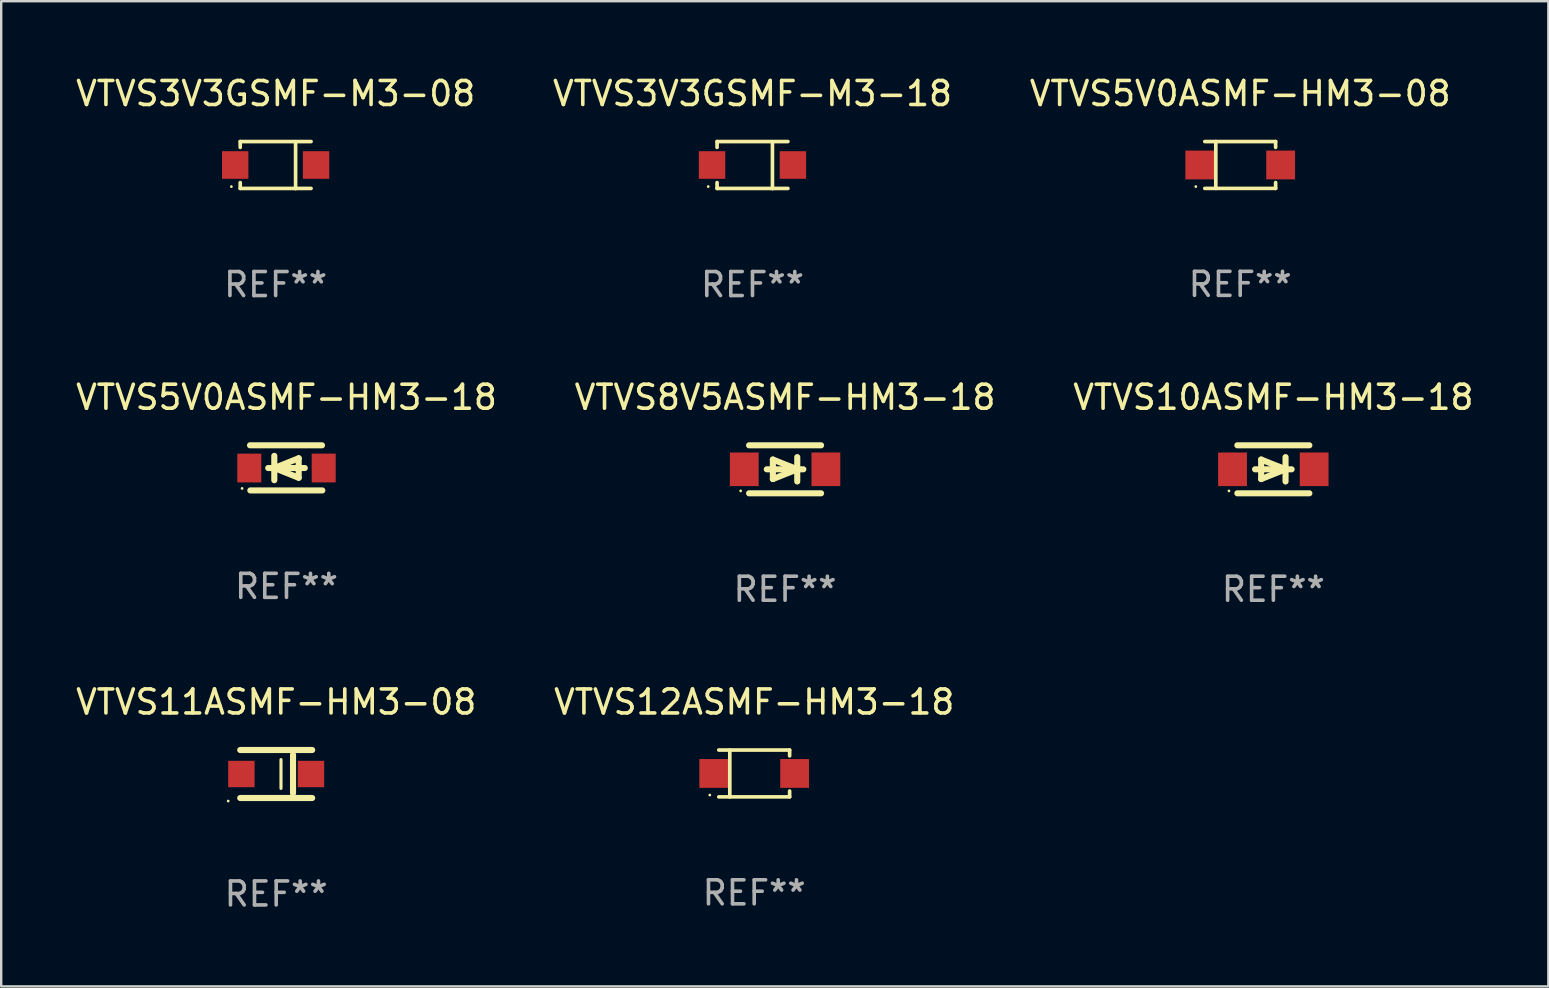
<source format=kicad_pcb>
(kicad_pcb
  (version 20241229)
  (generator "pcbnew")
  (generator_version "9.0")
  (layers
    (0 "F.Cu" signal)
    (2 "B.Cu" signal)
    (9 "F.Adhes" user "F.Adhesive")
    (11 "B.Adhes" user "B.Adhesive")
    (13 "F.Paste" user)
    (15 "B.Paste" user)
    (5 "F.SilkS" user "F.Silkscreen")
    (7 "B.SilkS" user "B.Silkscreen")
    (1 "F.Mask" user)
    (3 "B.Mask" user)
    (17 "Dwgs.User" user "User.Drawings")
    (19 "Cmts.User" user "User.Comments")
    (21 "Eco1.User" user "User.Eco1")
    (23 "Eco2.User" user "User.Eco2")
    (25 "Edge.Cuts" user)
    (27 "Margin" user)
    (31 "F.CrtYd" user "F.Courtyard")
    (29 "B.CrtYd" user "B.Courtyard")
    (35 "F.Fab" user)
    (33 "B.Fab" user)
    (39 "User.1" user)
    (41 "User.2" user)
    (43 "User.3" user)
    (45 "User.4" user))
  (footprint "VTVS3V3GSMF-M3-08"
    (layer "F.Cu")
    (at 8.435 3.828)
    (property "Reference" "VTVS3V3GSMF-M3-08" (at 0 -2.98 0) (layer "F.SilkS") (effects (font (size 1 1) (thickness 0.15))))
    (attr through_hole)
    (fp_line (start -1.476 -0.98) (end -1.476 -0.737) (stroke (width 0.152) (type solid)) (layer "F.SilkS"))
    (fp_line (start -1.476 0.973) (end -1.476 0.73) (stroke (width 0.152) (type solid)) (layer "F.SilkS"))
    (fp_line (start 0.831 0.98) (end 0.831 -0.973) (stroke (width 0.152) (type solid)) (layer "F.SilkS"))
    (fp_line (start 1.476 -0.98) (end -1.476 -0.98) (stroke (width 0.152) (type solid)) (layer "F.SilkS"))
    (fp_line (start 1.476 0.973) (end -1.476 0.973) (stroke (width 0.152) (type solid)) (layer "F.SilkS"))
    (fp_circle (center -1.845 0.897) (end -1.815 0.897) (stroke (width 0.06) (type solid)) (fill no) (layer "F.SilkS"))
    (fp_text user "REF**" (at 0 4.98 0) (layer "F.Fab") (effects (font (size 1 1) (thickness 0.15))))
    (pad "1" smd rect (at -1.685 -0.003) (size 1.1 1.15) (layers "F.Cu" "F.Mask" "F.Paste"))
    (pad "2" smd rect (at 1.685 -0.003) (size 1.1 1.15) (layers "F.Cu" "F.Mask" "F.Paste")))
  (footprint "VTVS5V0ASMF-HM3-18"
    (layer "F.Cu")
    (at 8.887 16.444)
    (property "Reference" "VTVS5V0ASMF-HM3-18" (at 0 -2.94 0) (layer "F.SilkS") (effects (font (size 1 1) (thickness 0.15))))
    (attr through_hole)
    (fp_line (start -1.52 -0.94) (end 1.48 -0.94) (stroke (width 0.254) (type solid)) (layer "F.SilkS"))
    (fp_line (start -1.507 0.94) (end 1.493 0.94) (stroke (width 0.254) (type solid)) (layer "F.SilkS"))
    (fp_line (start -0.762 0.007) (end 0.762 0.007) (stroke (width 0.254) (type solid)) (layer "F.SilkS"))
    (fp_line (start -0.508 -0.501) (end -0.508 0.515) (stroke (width 0.254) (type solid)) (layer "F.SilkS"))
    (fp_line (start -0.508 0.007) (end 0.508 -0.4) (stroke (width 0.254) (type solid)) (layer "F.SilkS"))
    (fp_line (start 0.508 -0.4) (end 0.508 0.413) (stroke (width 0.254) (type solid)) (layer "F.SilkS"))
    (fp_line (start 0.508 0.413) (end -0.508 0.007) (stroke (width 0.254) (type solid)) (layer "F.SilkS"))
    (fp_circle (center -1.85 0.857) (end -1.82 0.857) (stroke (width 0.06) (type solid)) (fill no) (layer "F.SilkS"))
    (fp_text user "REF**" (at 0 4.94 0) (layer "F.Fab") (effects (font (size 1 1) (thickness 0.15))))
    (pad "1" smd rect (at -1.55 0.007) (size 1 1.2) (layers "F.Cu" "F.Mask" "F.Paste"))
    (pad "2" smd rect (at 1.55 0.007) (size 1 1.2) (layers "F.Cu" "F.Mask" "F.Paste")))
  (footprint "VTVS5V0ASMF-HM3-08"
    (layer "F.Cu")
    (at 48.625 3.824)
    (property "Reference" "VTVS5V0ASMF-HM3-08" (at 0 -2.976 0) (layer "F.SilkS") (effects (font (size 1 1) (thickness 0.15))))
    (attr through_hole)
    (fp_line (start -1.476 -0.976) (end 1.476 -0.976) (stroke (width 0.152) (type solid)) (layer "F.SilkS"))
    (fp_line (start -1.476 0.976) (end 1.476 0.976) (stroke (width 0.152) (type solid)) (layer "F.SilkS"))
    (fp_line (start -1.017 -0.976) (end -1.017 0.976) (stroke (width 0.152) (type solid)) (layer "F.SilkS"))
    (fp_line (start 1.476 -0.976) (end 1.476 -0.733) (stroke (width 0.152) (type solid)) (layer "F.SilkS"))
    (fp_line (start 1.476 0.976) (end 1.476 0.733) (stroke (width 0.152) (type solid)) (layer "F.SilkS"))
    (fp_circle (center -1.85 0.9) (end -1.82 0.9) (stroke (width 0.06) (type solid)) (fill no) (layer "F.SilkS"))
    (fp_text user "REF**" (at 0 4.976 0) (layer "F.Fab") (effects (font (size 1 1) (thickness 0.15))))
    (pad "1" smd rect (at -1.685 0) (size 1.2 1.2) (layers "F.Cu" "F.Mask" "F.Paste"))
    (pad "2" smd rect (at 1.685 0) (size 1.2 1.2) (layers "F.Cu" "F.Mask" "F.Paste")))
  (footprint "VTVS10ASMF-HM3-18"
    (layer "F.Cu")
    (at 50.006 16.504)
    (property "Reference" "VTVS10ASMF-HM3-18" (at 0 -3 0) (layer "F.SilkS") (effects (font (size 1 1) (thickness 0.15))))
    (attr through_hole)
    (fp_line (start -1.5 -1) (end 1.5 -1) (stroke (width 0.254) (type solid)) (layer "F.SilkS"))
    (fp_line (start -1.5 1) (end 1.5 1) (stroke (width 0.254) (type solid)) (layer "F.SilkS"))
    (fp_line (start -0.508 -0.406) (end 0.508 0) (stroke (width 0.254) (type solid)) (layer "F.SilkS"))
    (fp_line (start -0.508 0.406) (end -0.508 -0.406) (stroke (width 0.254) (type solid)) (layer "F.SilkS"))
    (fp_line (start 0.508 0) (end -0.508 0.406) (stroke (width 0.254) (type solid)) (layer "F.SilkS"))
    (fp_line (start 0.508 0.508) (end 0.508 -0.508) (stroke (width 0.254) (type solid)) (layer "F.SilkS"))
    (fp_line (start 0.762 0) (end -0.762 0) (stroke (width 0.254) (type solid)) (layer "F.SilkS"))
    (fp_circle (center -1.85 0.9) (end -1.82 0.9) (stroke (width 0.06) (type solid)) (fill no) (layer "F.SilkS"))
    (fp_text user "REF**" (at 0 5 0) (layer "F.Fab") (effects (font (size 1 1) (thickness 0.15))))
    (pad "1" smd rect (at -1.7 0) (size 1.2 1.4) (layers "F.Cu" "F.Mask" "F.Paste"))
    (pad "2" smd rect (at 1.7 0) (size 1.2 1.4) (layers "F.Cu" "F.Mask" "F.Paste")))
  (footprint "VTVS8V5ASMF-HM3-18"
    (layer "F.Cu")
    (at 29.661 16.504)
    (property "Reference" "VTVS8V5ASMF-HM3-18" (at 0 -3 0) (layer "F.SilkS") (effects (font (size 1 1) (thickness 0.15))))
    (attr through_hole)
    (fp_line (start -1.5 -1) (end 1.5 -1) (stroke (width 0.254) (type solid)) (layer "F.SilkS"))
    (fp_line (start -1.5 1) (end 1.5 1) (stroke (width 0.254) (type solid)) (layer "F.SilkS"))
    (fp_line (start -0.508 -0.406) (end 0.508 0) (stroke (width 0.254) (type solid)) (layer "F.SilkS"))
    (fp_line (start -0.508 0.406) (end -0.508 -0.406) (stroke (width 0.254) (type solid)) (layer "F.SilkS"))
    (fp_line (start 0.508 0) (end -0.508 0.406) (stroke (width 0.254) (type solid)) (layer "F.SilkS"))
    (fp_line (start 0.508 0.508) (end 0.508 -0.508) (stroke (width 0.254) (type solid)) (layer "F.SilkS"))
    (fp_line (start 0.762 0) (end -0.762 0) (stroke (width 0.254) (type solid)) (layer "F.SilkS"))
    (fp_circle (center -1.85 0.9) (end -1.82 0.9) (stroke (width 0.06) (type solid)) (fill no) (layer "F.SilkS"))
    (fp_text user "REF**" (at 0 5 0) (layer "F.Fab") (effects (font (size 1 1) (thickness 0.15))))
    (pad "1" smd rect (at -1.7 0) (size 1.2 1.4) (layers "F.Cu" "F.Mask" "F.Paste"))
    (pad "2" smd rect (at 1.7 0) (size 1.2 1.4) (layers "F.Cu" "F.Mask" "F.Paste")))
  (footprint "VTVS12ASMF-HM3-18"
    (layer "F.Cu")
    (at 28.375 29.177)
    (property "Reference" "VTVS12ASMF-HM3-18" (at 0 -2.976 0) (layer "F.SilkS") (effects (font (size 1 1) (thickness 0.15))))
    (attr through_hole)
    (fp_line (start -1.476 -0.976) (end 1.476 -0.976) (stroke (width 0.152) (type solid)) (layer "F.SilkS"))
    (fp_line (start -1.476 0.976) (end 1.476 0.976) (stroke (width 0.152) (type solid)) (layer "F.SilkS"))
    (fp_line (start -1.017 -0.976) (end -1.017 0.976) (stroke (width 0.152) (type solid)) (layer "F.SilkS"))
    (fp_line (start 1.476 -0.976) (end 1.476 -0.733) (stroke (width 0.152) (type solid)) (layer "F.SilkS"))
    (fp_line (start 1.476 0.976) (end 1.476 0.733) (stroke (width 0.152) (type solid)) (layer "F.SilkS"))
    (fp_circle (center -1.85 0.9) (end -1.82 0.9) (stroke (width 0.06) (type solid)) (fill no) (layer "F.SilkS"))
    (fp_text user "REF**" (at 0 4.976 0) (layer "F.Fab") (effects (font (size 1 1) (thickness 0.15))))
    (pad "1" smd rect (at -1.685 0) (size 1.2 1.2) (layers "F.Cu" "F.Mask" "F.Paste"))
    (pad "2" smd rect (at 1.685 0) (size 1.2 1.2) (layers "F.Cu" "F.Mask" "F.Paste")))
  (footprint "VTVS11ASMF-HM3-08"
    (layer "F.Cu")
    (at 8.458 29.2)
    (property "Reference" "VTVS11ASMF-HM3-08" (at 0 -3 0) (layer "F.SilkS") (effects (font (size 1 1) (thickness 0.15))))
    (attr through_hole)
    (fp_line (start -1.5 -1) (end 1.5 -1) (stroke (width 0.254) (type solid)) (layer "F.SilkS"))
    (fp_line (start -1.5 1) (end 1.5 1) (stroke (width 0.254) (type solid)) (layer "F.SilkS"))
    (fp_line (start 0.2 -0.6) (end 0.2 0.6) (stroke (width 0.13) (type solid)) (layer "F.SilkS"))
    (fp_line (start 0.701 -0.8) (end 0.701 0.8) (stroke (width 0.254) (type solid)) (layer "F.SilkS"))
    (fp_circle (center -2 1.127) (end -1.97 1.127) (stroke (width 0.06) (type solid)) (fill no) (layer "F.SilkS"))
    (fp_text user "REF**" (at 0 5 0) (layer "F.Fab") (effects (font (size 1 1) (thickness 0.15))))
    (pad "1" smd rect (at -1.45 0) (size 1.1 1.1) (layers "F.Cu" "F.Mask" "F.Paste"))
    (pad "2" smd rect (at 1.45 0) (size 1.1 1.1) (layers "F.Cu" "F.Mask" "F.Paste")))
  (footprint "VTVS3V3GSMF-M3-18"
    (layer "F.Cu")
    (at 28.304 3.828)
    (property "Reference" "VTVS3V3GSMF-M3-18" (at 0 -2.98 0) (layer "F.SilkS") (effects (font (size 1 1) (thickness 0.15))))
    (attr through_hole)
    (fp_line (start -1.476 -0.98) (end -1.476 -0.737) (stroke (width 0.152) (type solid)) (layer "F.SilkS"))
    (fp_line (start -1.476 0.973) (end -1.476 0.73) (stroke (width 0.152) (type solid)) (layer "F.SilkS"))
    (fp_line (start 0.831 0.98) (end 0.831 -0.973) (stroke (width 0.152) (type solid)) (layer "F.SilkS"))
    (fp_line (start 1.476 -0.98) (end -1.476 -0.98) (stroke (width 0.152) (type solid)) (layer "F.SilkS"))
    (fp_line (start 1.476 0.973) (end -1.476 0.973) (stroke (width 0.152) (type solid)) (layer "F.SilkS"))
    (fp_circle (center -1.845 0.897) (end -1.815 0.897) (stroke (width 0.06) (type solid)) (fill no) (layer "F.SilkS"))
    (fp_text user "REF**" (at 0 4.98 0) (layer "F.Fab") (effects (font (size 1 1) (thickness 0.15))))
    (pad "1" smd rect (at -1.685 -0.003) (size 1.1 1.15) (layers "F.Cu" "F.Mask" "F.Paste"))
    (pad "2" smd rect (at 1.685 -0.003) (size 1.1 1.15) (layers "F.Cu" "F.Mask" "F.Paste")))
  (gr_rect
    (start -3 -3)
    (end 61.464 38.049)
    (stroke (width 0.1) (type default))
    (fill no)
    (layer "Edge.Cuts")))
</source>
